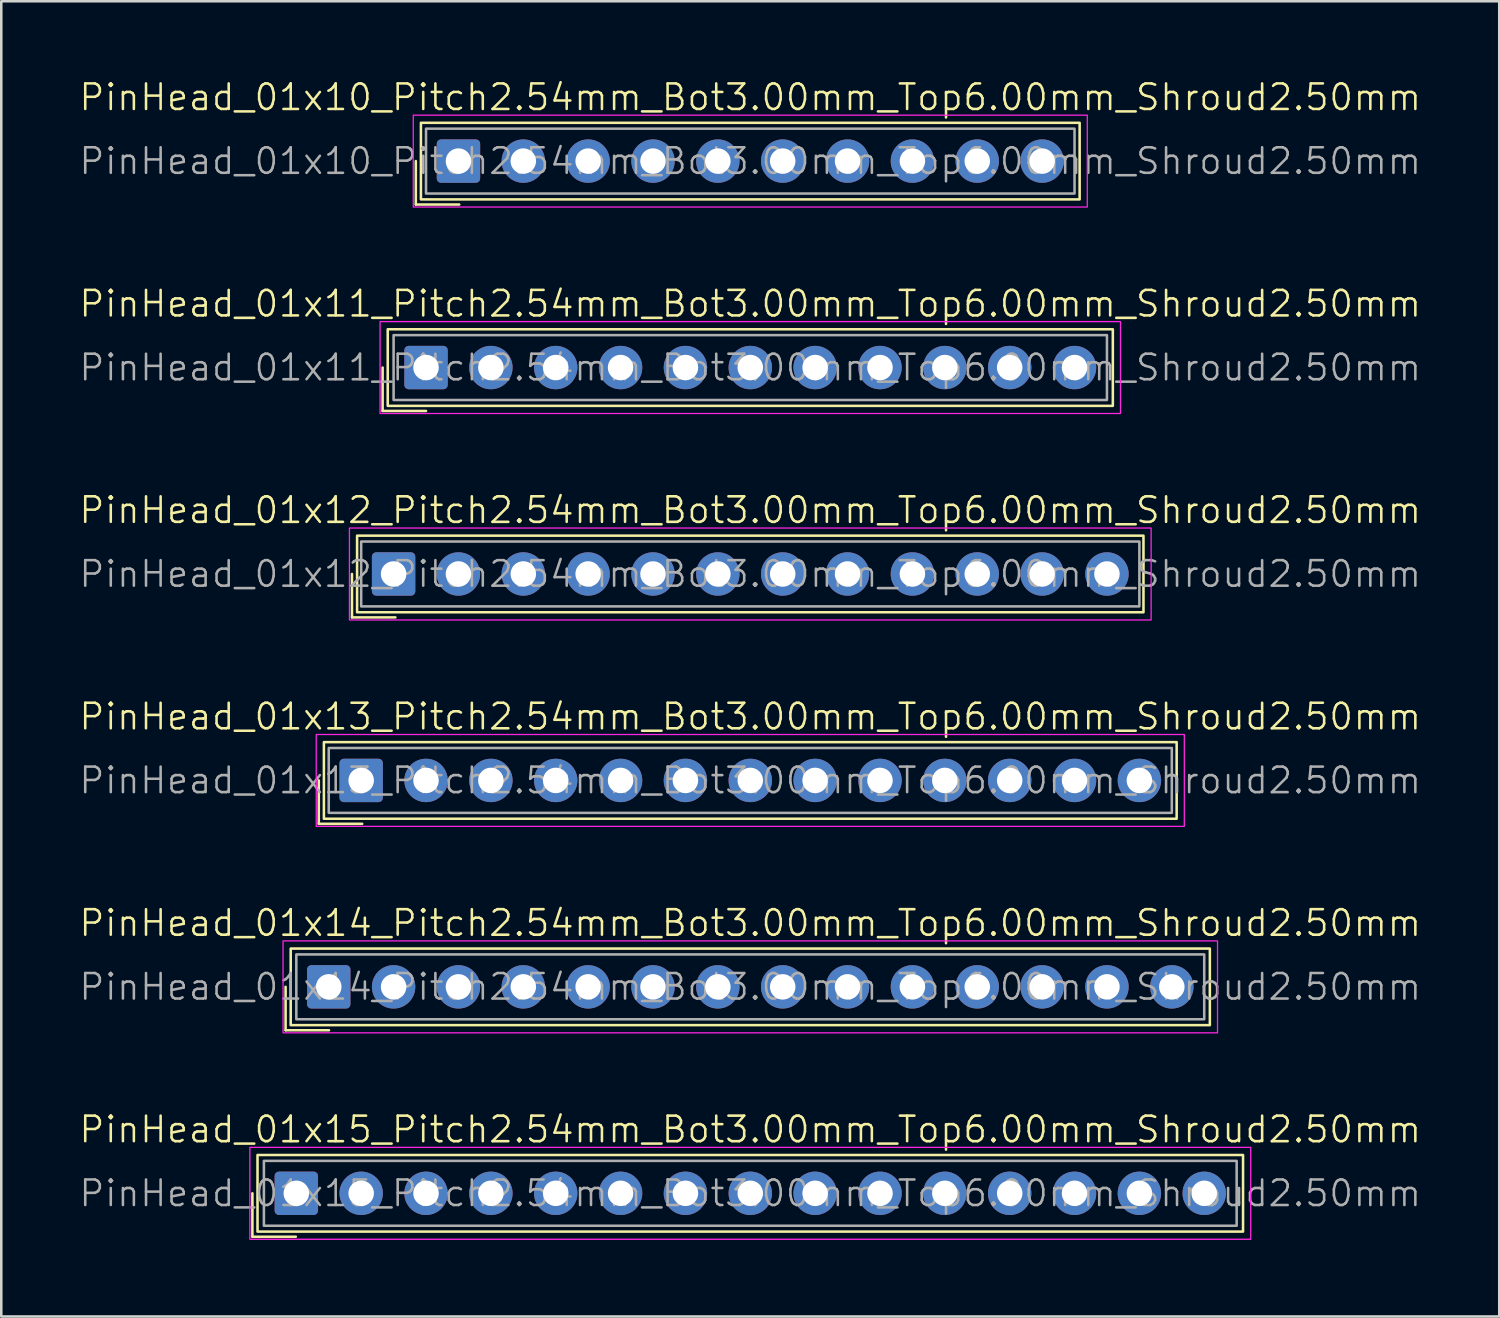
<source format=kicad_pcb>
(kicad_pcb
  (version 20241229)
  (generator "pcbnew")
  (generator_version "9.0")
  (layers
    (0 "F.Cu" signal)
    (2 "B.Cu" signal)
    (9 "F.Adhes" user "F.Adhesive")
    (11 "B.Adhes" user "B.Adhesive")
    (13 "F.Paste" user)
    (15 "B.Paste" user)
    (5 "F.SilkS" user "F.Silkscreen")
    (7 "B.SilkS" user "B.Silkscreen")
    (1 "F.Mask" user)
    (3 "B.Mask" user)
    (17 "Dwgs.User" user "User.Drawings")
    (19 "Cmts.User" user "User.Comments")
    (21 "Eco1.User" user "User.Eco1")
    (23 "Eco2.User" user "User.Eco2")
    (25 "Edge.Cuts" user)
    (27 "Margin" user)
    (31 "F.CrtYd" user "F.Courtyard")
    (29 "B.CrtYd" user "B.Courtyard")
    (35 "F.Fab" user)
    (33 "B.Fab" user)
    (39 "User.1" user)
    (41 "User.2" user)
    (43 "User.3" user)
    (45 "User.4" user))
  (footprint "PinHead_01x14_Pitch2.54mm_Bot3.00mm_Top6.00mm_Shroud2.50mm"
    (layer "F.Cu")
    (at 26.336 35.602)
    (property "Reference" "PinHead_01x14_Pitch2.54mm_Bot3.00mm_Top6.00mm_Shroud2.50mm" (at 0 -2.5 0) (unlocked yes) (layer "F.SilkS") (effects (font (size 1 1) (thickness 0.1))))
    (attr through_hole)
    (fp_line (start -18.2 0) (end -18.2 1.7) (stroke (width 0.1) (type default)) (layer "F.SilkS"))
    (fp_line (start -18.2 1.7) (end -16.5 1.7) (stroke (width 0.1) (type default)) (layer "F.SilkS"))
    (fp_rect (start -18 -1.5) (end 18 1.5) (stroke (width 0.1) (type default)) (fill no) (layer "F.SilkS"))
    (fp_rect (start -18.3 1.8) (end 18.3 -1.8) (stroke (width 0.05) (type default)) (fill no) (layer "F.CrtYd"))
    (fp_rect (start -17.78 -1.27) (end 17.78 1.27) (stroke (width 0.1) (type default)) (fill no) (layer "F.Fab"))
    (fp_text user "${REFERENCE}" (at 0 0 0) (unlocked yes) (layer "F.Fab") (effects (font (size 1 1) (thickness 0.1))))
    (pad "1" thru_hole roundrect (at -16.51 0) (size 1.7 1.7) (drill 1) (layers "*.Cu" "*.Mask") (roundrect_rratio 0.1))
    (pad "2" thru_hole circle (at -13.97 0) (size 1.7 1.7) (drill 1) (layers "*.Cu" "*.Mask"))
    (pad "3" thru_hole circle (at -11.43 0) (size 1.7 1.7) (drill 1) (layers "*.Cu" "*.Mask"))
    (pad "4" thru_hole circle (at -8.89 0) (size 1.7 1.7) (drill 1) (layers "*.Cu" "*.Mask"))
    (pad "5" thru_hole circle (at -6.35 0) (size 1.7 1.7) (drill 1) (layers "*.Cu" "*.Mask"))
    (pad "6" thru_hole circle (at -3.81 0) (size 1.7 1.7) (drill 1) (layers "*.Cu" "*.Mask"))
    (pad "7" thru_hole circle (at -1.27 0) (size 1.7 1.7) (drill 1) (layers "*.Cu" "*.Mask"))
    (pad "8" thru_hole circle (at 1.27 0) (size 1.7 1.7) (drill 1) (layers "*.Cu" "*.Mask"))
    (pad "9" thru_hole circle (at 3.81 0) (size 1.7 1.7) (drill 1) (layers "*.Cu" "*.Mask"))
    (pad "10" thru_hole circle (at 6.35 0) (size 1.7 1.7) (drill 1) (layers "*.Cu" "*.Mask"))
    (pad "11" thru_hole circle (at 8.89 0) (size 1.7 1.7) (drill 1) (layers "*.Cu" "*.Mask"))
    (pad "12" thru_hole circle (at 11.43 0) (size 1.7 1.7) (drill 1) (layers "*.Cu" "*.Mask"))
    (pad "13" thru_hole circle (at 13.97 0) (size 1.7 1.7) (drill 1) (layers "*.Cu" "*.Mask"))
    (pad "14" thru_hole circle (at 16.51 0) (size 1.7 1.7) (drill 1) (layers "*.Cu" "*.Mask")))
  (footprint "PinHead_01x10_Pitch2.54mm_Bot3.00mm_Top6.00mm_Shroud2.50mm"
    (layer "F.Cu")
    (at 26.336 3.26)
    (property "Reference" "PinHead_01x10_Pitch2.54mm_Bot3.00mm_Top6.00mm_Shroud2.50mm" (at 0 -2.5 0) (unlocked yes) (layer "F.SilkS") (effects (font (size 1 1) (thickness 0.1))))
    (attr through_hole)
    (fp_line (start -13.1 0) (end -13.1 1.7) (stroke (width 0.1) (type default)) (layer "F.SilkS"))
    (fp_line (start -13.1 1.7) (end -11.4 1.7) (stroke (width 0.1) (type default)) (layer "F.SilkS"))
    (fp_rect (start -12.9 -1.5) (end 12.9 1.5) (stroke (width 0.1) (type default)) (fill no) (layer "F.SilkS"))
    (fp_rect (start -13.2 1.8) (end 13.2 -1.8) (stroke (width 0.05) (type default)) (fill no) (layer "F.CrtYd"))
    (fp_rect (start -12.7 -1.27) (end 12.7 1.27) (stroke (width 0.1) (type default)) (fill no) (layer "F.Fab"))
    (fp_text user "${REFERENCE}" (at 0 0 0) (unlocked yes) (layer "F.Fab") (effects (font (size 1 1) (thickness 0.1))))
    (pad "1" thru_hole roundrect (at -11.43 0) (size 1.7 1.7) (drill 1) (layers "*.Cu" "*.Mask") (roundrect_rratio 0.1))
    (pad "2" thru_hole circle (at -8.89 0) (size 1.7 1.7) (drill 1) (layers "*.Cu" "*.Mask"))
    (pad "3" thru_hole circle (at -6.35 0) (size 1.7 1.7) (drill 1) (layers "*.Cu" "*.Mask"))
    (pad "4" thru_hole circle (at -3.81 0) (size 1.7 1.7) (drill 1) (layers "*.Cu" "*.Mask"))
    (pad "5" thru_hole circle (at -1.27 0) (size 1.7 1.7) (drill 1) (layers "*.Cu" "*.Mask"))
    (pad "6" thru_hole circle (at 1.27 0) (size 1.7 1.7) (drill 1) (layers "*.Cu" "*.Mask"))
    (pad "7" thru_hole circle (at 3.81 0) (size 1.7 1.7) (drill 1) (layers "*.Cu" "*.Mask"))
    (pad "8" thru_hole circle (at 6.35 0) (size 1.7 1.7) (drill 1) (layers "*.Cu" "*.Mask"))
    (pad "9" thru_hole circle (at 8.89 0) (size 1.7 1.7) (drill 1) (layers "*.Cu" "*.Mask"))
    (pad "10" thru_hole circle (at 11.43 0) (size 1.7 1.7) (drill 1) (layers "*.Cu" "*.Mask")))
  (footprint "PinHead_01x11_Pitch2.54mm_Bot3.00mm_Top6.00mm_Shroud2.50mm"
    (layer "F.Cu")
    (at 26.336 11.346)
    (property "Reference" "PinHead_01x11_Pitch2.54mm_Bot3.00mm_Top6.00mm_Shroud2.50mm" (at 0 -2.5 0) (unlocked yes) (layer "F.SilkS") (effects (font (size 1 1) (thickness 0.1))))
    (attr through_hole)
    (fp_line (start -14.4 0) (end -14.4 1.7) (stroke (width 0.1) (type default)) (layer "F.SilkS"))
    (fp_line (start -14.4 1.7) (end -12.7 1.7) (stroke (width 0.1) (type default)) (layer "F.SilkS"))
    (fp_rect (start -14.2 -1.5) (end 14.2 1.5) (stroke (width 0.1) (type default)) (fill no) (layer "F.SilkS"))
    (fp_rect (start -14.5 1.8) (end 14.5 -1.8) (stroke (width 0.05) (type default)) (fill no) (layer "F.CrtYd"))
    (fp_rect (start -13.97 -1.27) (end 13.97 1.27) (stroke (width 0.1) (type default)) (fill no) (layer "F.Fab"))
    (fp_text user "${REFERENCE}" (at 0 0 0) (unlocked yes) (layer "F.Fab") (effects (font (size 1 1) (thickness 0.1))))
    (pad "1" thru_hole roundrect (at -12.7 0) (size 1.7 1.7) (drill 1) (layers "*.Cu" "*.Mask") (roundrect_rratio 0.1))
    (pad "2" thru_hole circle (at -10.16 0) (size 1.7 1.7) (drill 1) (layers "*.Cu" "*.Mask"))
    (pad "3" thru_hole circle (at -7.62 0) (size 1.7 1.7) (drill 1) (layers "*.Cu" "*.Mask"))
    (pad "4" thru_hole circle (at -5.08 0) (size 1.7 1.7) (drill 1) (layers "*.Cu" "*.Mask"))
    (pad "5" thru_hole circle (at -2.54 0) (size 1.7 1.7) (drill 1) (layers "*.Cu" "*.Mask"))
    (pad "6" thru_hole circle (at 0 0) (size 1.7 1.7) (drill 1) (layers "*.Cu" "*.Mask"))
    (pad "7" thru_hole circle (at 2.54 0) (size 1.7 1.7) (drill 1) (layers "*.Cu" "*.Mask"))
    (pad "8" thru_hole circle (at 5.08 0) (size 1.7 1.7) (drill 1) (layers "*.Cu" "*.Mask"))
    (pad "9" thru_hole circle (at 7.62 0) (size 1.7 1.7) (drill 1) (layers "*.Cu" "*.Mask"))
    (pad "10" thru_hole circle (at 10.16 0) (size 1.7 1.7) (drill 1) (layers "*.Cu" "*.Mask"))
    (pad "11" thru_hole circle (at 12.7 0) (size 1.7 1.7) (drill 1) (layers "*.Cu" "*.Mask")))
  (footprint "PinHead_01x15_Pitch2.54mm_Bot3.00mm_Top6.00mm_Shroud2.50mm"
    (layer "F.Cu")
    (at 26.336 43.688)
    (property "Reference" "PinHead_01x15_Pitch2.54mm_Bot3.00mm_Top6.00mm_Shroud2.50mm" (at 0 -2.5 0) (unlocked yes) (layer "F.SilkS") (effects (font (size 1 1) (thickness 0.1))))
    (attr through_hole)
    (fp_line (start -19.5 0) (end -19.5 1.7) (stroke (width 0.1) (type default)) (layer "F.SilkS"))
    (fp_line (start -19.5 1.7) (end -17.8 1.7) (stroke (width 0.1) (type default)) (layer "F.SilkS"))
    (fp_rect (start -19.3 -1.5) (end 19.3 1.5) (stroke (width 0.1) (type default)) (fill no) (layer "F.SilkS"))
    (fp_rect (start -19.6 1.8) (end 19.6 -1.8) (stroke (width 0.05) (type default)) (fill no) (layer "F.CrtYd"))
    (fp_rect (start -19.05 -1.27) (end 19.05 1.27) (stroke (width 0.1) (type default)) (fill no) (layer "F.Fab"))
    (fp_text user "${REFERENCE}" (at 0 0 0) (unlocked yes) (layer "F.Fab") (effects (font (size 1 1) (thickness 0.1))))
    (pad "1" thru_hole roundrect (at -17.78 0) (size 1.7 1.7) (drill 1) (layers "*.Cu" "*.Mask") (roundrect_rratio 0.1))
    (pad "2" thru_hole circle (at -15.24 0) (size 1.7 1.7) (drill 1) (layers "*.Cu" "*.Mask"))
    (pad "3" thru_hole circle (at -12.7 0) (size 1.7 1.7) (drill 1) (layers "*.Cu" "*.Mask"))
    (pad "4" thru_hole circle (at -10.16 0) (size 1.7 1.7) (drill 1) (layers "*.Cu" "*.Mask"))
    (pad "5" thru_hole circle (at -7.62 0) (size 1.7 1.7) (drill 1) (layers "*.Cu" "*.Mask"))
    (pad "6" thru_hole circle (at -5.08 0) (size 1.7 1.7) (drill 1) (layers "*.Cu" "*.Mask"))
    (pad "7" thru_hole circle (at -2.54 0) (size 1.7 1.7) (drill 1) (layers "*.Cu" "*.Mask"))
    (pad "8" thru_hole circle (at 0 0) (size 1.7 1.7) (drill 1) (layers "*.Cu" "*.Mask"))
    (pad "9" thru_hole circle (at 2.54 0) (size 1.7 1.7) (drill 1) (layers "*.Cu" "*.Mask"))
    (pad "10" thru_hole circle (at 5.08 0) (size 1.7 1.7) (drill 1) (layers "*.Cu" "*.Mask"))
    (pad "11" thru_hole circle (at 7.62 0) (size 1.7 1.7) (drill 1) (layers "*.Cu" "*.Mask"))
    (pad "12" thru_hole circle (at 10.16 0) (size 1.7 1.7) (drill 1) (layers "*.Cu" "*.Mask"))
    (pad "13" thru_hole circle (at 12.7 0) (size 1.7 1.7) (drill 1) (layers "*.Cu" "*.Mask"))
    (pad "14" thru_hole circle (at 15.24 0) (size 1.7 1.7) (drill 1) (layers "*.Cu" "*.Mask"))
    (pad "15" thru_hole circle (at 17.78 0) (size 1.7 1.7) (drill 1) (layers "*.Cu" "*.Mask")))
  (footprint "PinHead_01x13_Pitch2.54mm_Bot3.00mm_Top6.00mm_Shroud2.50mm"
    (layer "F.Cu")
    (at 26.336 27.517)
    (property "Reference" "PinHead_01x13_Pitch2.54mm_Bot3.00mm_Top6.00mm_Shroud2.50mm" (at 0 -2.5 0) (unlocked yes) (layer "F.SilkS") (effects (font (size 1 1) (thickness 0.1))))
    (attr through_hole)
    (fp_line (start -16.9 0) (end -16.9 1.7) (stroke (width 0.1) (type default)) (layer "F.SilkS"))
    (fp_line (start -16.9 1.7) (end -15.2 1.7) (stroke (width 0.1) (type default)) (layer "F.SilkS"))
    (fp_rect (start -16.7 -1.5) (end 16.7 1.5) (stroke (width 0.1) (type default)) (fill no) (layer "F.SilkS"))
    (fp_rect (start -17 1.8) (end 17 -1.8) (stroke (width 0.05) (type default)) (fill no) (layer "F.CrtYd"))
    (fp_rect (start -16.51 -1.27) (end 16.51 1.27) (stroke (width 0.1) (type default)) (fill no) (layer "F.Fab"))
    (fp_text user "${REFERENCE}" (at 0 0 0) (unlocked yes) (layer "F.Fab") (effects (font (size 1 1) (thickness 0.1))))
    (pad "1" thru_hole roundrect (at -15.24 0) (size 1.7 1.7) (drill 1) (layers "*.Cu" "*.Mask") (roundrect_rratio 0.1))
    (pad "2" thru_hole circle (at -12.7 0) (size 1.7 1.7) (drill 1) (layers "*.Cu" "*.Mask"))
    (pad "3" thru_hole circle (at -10.16 0) (size 1.7 1.7) (drill 1) (layers "*.Cu" "*.Mask"))
    (pad "4" thru_hole circle (at -7.62 0) (size 1.7 1.7) (drill 1) (layers "*.Cu" "*.Mask"))
    (pad "5" thru_hole circle (at -5.08 0) (size 1.7 1.7) (drill 1) (layers "*.Cu" "*.Mask"))
    (pad "6" thru_hole circle (at -2.54 0) (size 1.7 1.7) (drill 1) (layers "*.Cu" "*.Mask"))
    (pad "7" thru_hole circle (at 0 0) (size 1.7 1.7) (drill 1) (layers "*.Cu" "*.Mask"))
    (pad "8" thru_hole circle (at 2.54 0) (size 1.7 1.7) (drill 1) (layers "*.Cu" "*.Mask"))
    (pad "9" thru_hole circle (at 5.08 0) (size 1.7 1.7) (drill 1) (layers "*.Cu" "*.Mask"))
    (pad "10" thru_hole circle (at 7.62 0) (size 1.7 1.7) (drill 1) (layers "*.Cu" "*.Mask"))
    (pad "11" thru_hole circle (at 10.16 0) (size 1.7 1.7) (drill 1) (layers "*.Cu" "*.Mask"))
    (pad "12" thru_hole circle (at 12.7 0) (size 1.7 1.7) (drill 1) (layers "*.Cu" "*.Mask"))
    (pad "13" thru_hole circle (at 15.24 0) (size 1.7 1.7) (drill 1) (layers "*.Cu" "*.Mask")))
  (footprint "PinHead_01x12_Pitch2.54mm_Bot3.00mm_Top6.00mm_Shroud2.50mm"
    (layer "F.Cu")
    (at 26.336 19.431)
    (property "Reference" "PinHead_01x12_Pitch2.54mm_Bot3.00mm_Top6.00mm_Shroud2.50mm" (at 0 -2.5 0) (unlocked yes) (layer "F.SilkS") (effects (font (size 1 1) (thickness 0.1))))
    (attr through_hole)
    (fp_line (start -15.6 0) (end -15.6 1.7) (stroke (width 0.1) (type default)) (layer "F.SilkS"))
    (fp_line (start -15.6 1.7) (end -13.9 1.7) (stroke (width 0.1) (type default)) (layer "F.SilkS"))
    (fp_rect (start -15.4 -1.5) (end 15.4 1.5) (stroke (width 0.1) (type default)) (fill no) (layer "F.SilkS"))
    (fp_rect (start -15.7 1.8) (end 15.7 -1.8) (stroke (width 0.05) (type default)) (fill no) (layer "F.CrtYd"))
    (fp_rect (start -15.24 -1.27) (end 15.24 1.27) (stroke (width 0.1) (type default)) (fill no) (layer "F.Fab"))
    (fp_text user "${REFERENCE}" (at 0 0 0) (unlocked yes) (layer "F.Fab") (effects (font (size 1 1) (thickness 0.1))))
    (pad "1" thru_hole roundrect (at -13.97 0) (size 1.7 1.7) (drill 1) (layers "*.Cu" "*.Mask") (roundrect_rratio 0.1))
    (pad "2" thru_hole circle (at -11.43 0) (size 1.7 1.7) (drill 1) (layers "*.Cu" "*.Mask"))
    (pad "3" thru_hole circle (at -8.89 0) (size 1.7 1.7) (drill 1) (layers "*.Cu" "*.Mask"))
    (pad "4" thru_hole circle (at -6.35 0) (size 1.7 1.7) (drill 1) (layers "*.Cu" "*.Mask"))
    (pad "5" thru_hole circle (at -3.81 0) (size 1.7 1.7) (drill 1) (layers "*.Cu" "*.Mask"))
    (pad "6" thru_hole circle (at -1.27 0) (size 1.7 1.7) (drill 1) (layers "*.Cu" "*.Mask"))
    (pad "7" thru_hole circle (at 1.27 0) (size 1.7 1.7) (drill 1) (layers "*.Cu" "*.Mask"))
    (pad "8" thru_hole circle (at 3.81 0) (size 1.7 1.7) (drill 1) (layers "*.Cu" "*.Mask"))
    (pad "9" thru_hole circle (at 6.35 0) (size 1.7 1.7) (drill 1) (layers "*.Cu" "*.Mask"))
    (pad "10" thru_hole circle (at 8.89 0) (size 1.7 1.7) (drill 1) (layers "*.Cu" "*.Mask"))
    (pad "11" thru_hole circle (at 11.43 0) (size 1.7 1.7) (drill 1) (layers "*.Cu" "*.Mask"))
    (pad "12" thru_hole circle (at 13.97 0) (size 1.7 1.7) (drill 1) (layers "*.Cu" "*.Mask")))
  (gr_rect
    (start -3 -3)
    (end 55.671 48.513)
    (stroke (width 0.1) (type default))
    (fill no)
    (layer "Edge.Cuts")))
</source>
